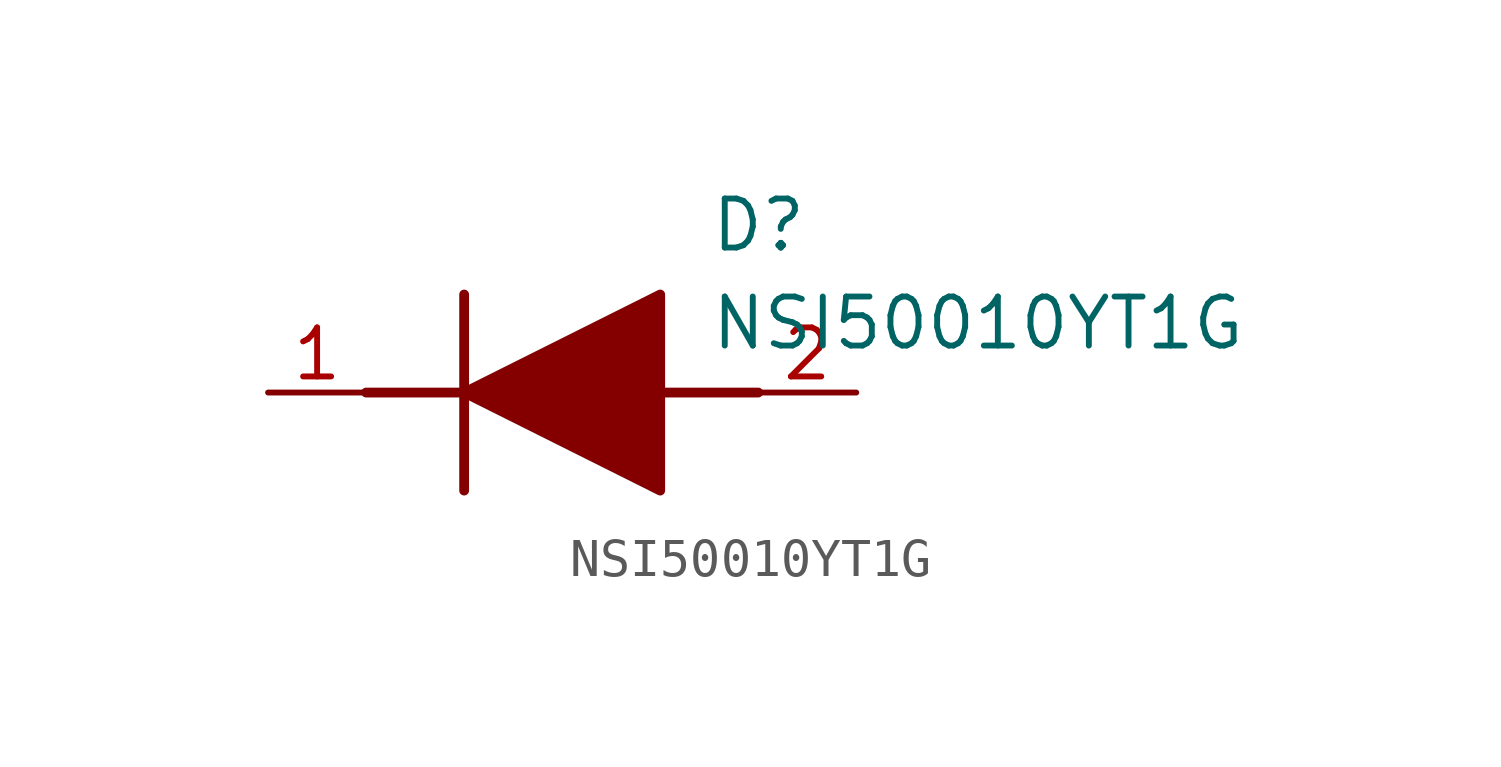
<source format=kicad_sym>
(kicad_symbol_lib
  (version 20211014)
  (generator SamacSys_ECAD_Model)
  (symbol "NSI50010YT1G"
    (pin_names hide)
    (property "Reference" "D"
      (at 11.43 5.08 0)
      (effects (font (size 1.27 1.27)) (justify left top)))
    (property "Value" "NSI50010YT1G"
      (at 11.43 2.54 0)
      (effects (font (size 1.27 1.27)) (justify left top)))
    (polyline
      (pts (xy 5.08 2.54) (xy 5.08 -2.54))
      (stroke (width 0.254) (type default))
      (fill (type none)))
    (polyline
      (pts (xy 2.54 0) (xy 5.08 0))
      (stroke (width 0.254) (type default))
      (fill (type none)))
    (polyline
      (pts (xy 10.16 0) (xy 12.7 0))
      (stroke (width 0.254) (type default))
      (fill (type none)))
    (polyline
      (pts (xy 5.08 0) (xy 10.16 2.54) (xy 10.16 -2.54) (xy 5.08 0))
      (stroke (width 0.254) (type default))
      (fill (type outline)))
    (pin passive line
      (at 0 0 0)
      (length 2.54)
      (name "K" (effects (font (size 1.27 1.27))))
      (number "1" (effects (font (size 1.27 1.27)))))
    (pin passive line
      (at 15.24 0 180)
      (length 2.54)
      (name "A" (effects (font (size 1.27 1.27))))
      (number "2" (effects (font (size 1.27 1.27)))))))
</source>
